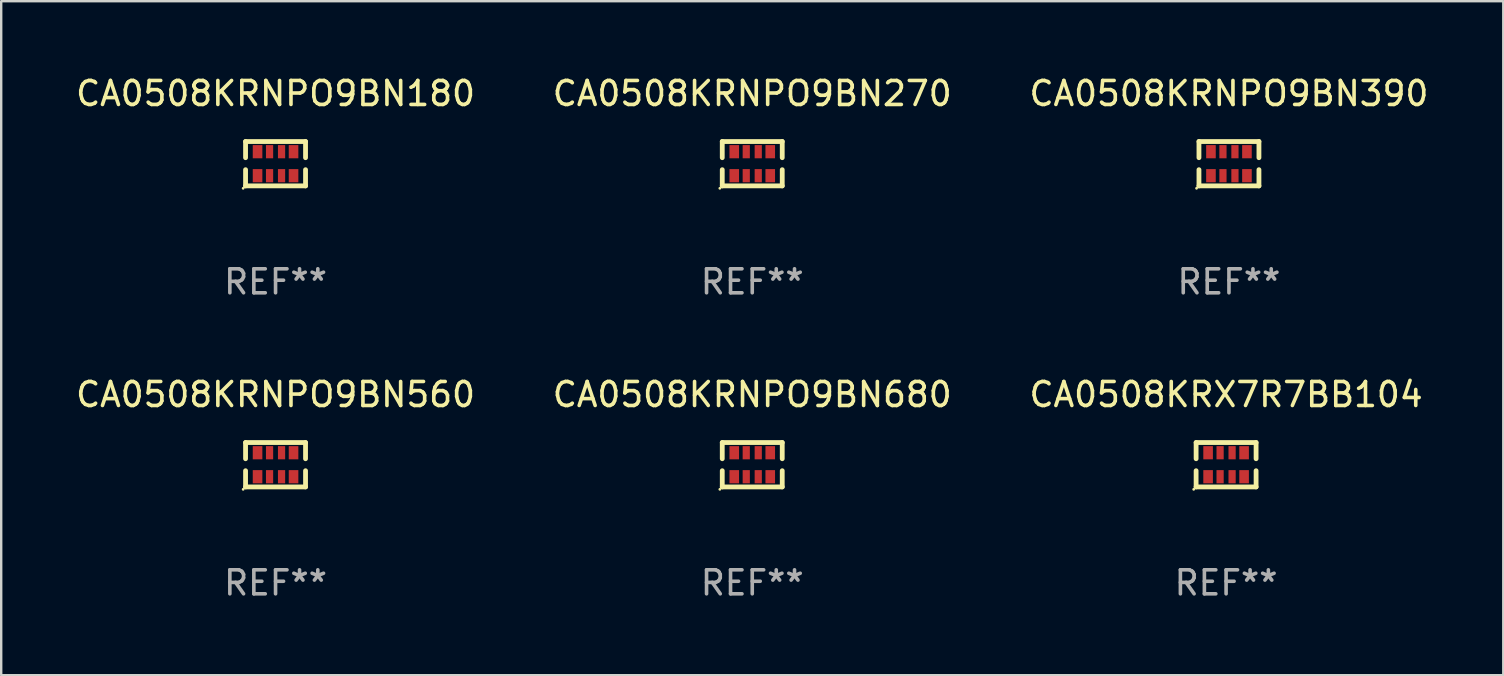
<source format=kicad_pcb>
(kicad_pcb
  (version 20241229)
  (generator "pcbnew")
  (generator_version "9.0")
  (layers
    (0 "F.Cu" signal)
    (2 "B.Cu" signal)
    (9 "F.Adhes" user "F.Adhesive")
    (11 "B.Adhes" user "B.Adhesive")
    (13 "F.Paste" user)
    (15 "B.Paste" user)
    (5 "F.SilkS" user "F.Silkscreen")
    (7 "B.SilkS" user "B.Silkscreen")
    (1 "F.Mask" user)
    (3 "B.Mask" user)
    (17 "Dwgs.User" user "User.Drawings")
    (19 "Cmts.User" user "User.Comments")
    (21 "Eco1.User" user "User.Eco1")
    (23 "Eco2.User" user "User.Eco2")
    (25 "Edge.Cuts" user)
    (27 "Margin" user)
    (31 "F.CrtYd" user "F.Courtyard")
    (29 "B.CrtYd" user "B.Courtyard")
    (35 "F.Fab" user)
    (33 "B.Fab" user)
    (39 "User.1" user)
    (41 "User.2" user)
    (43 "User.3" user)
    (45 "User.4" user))
  (footprint "CA0508KRNPO9BN180"
    (layer "F.Cu")
    (at 8.435 3.773)
    (property "Reference" "CA0508KRNPO9BN180" (at 0 -2.925 0) (layer "F.SilkS") (effects (font (size 1 1) (thickness 0.15))))
    (attr through_hole)
    (fp_line (start -1.25 -0.925) (end -1.25 -0.25) (stroke (width 0.2) (type solid)) (layer "F.SilkS"))
    (fp_line (start -1.25 0.925) (end -1.25 0.25) (stroke (width 0.2) (type solid)) (layer "F.SilkS"))
    (fp_line (start 1.25 -0.925) (end -1.25 -0.925) (stroke (width 0.2) (type solid)) (layer "F.SilkS"))
    (fp_line (start 1.25 -0.25) (end 1.25 -0.925) (stroke (width 0.2) (type solid)) (layer "F.SilkS"))
    (fp_line (start 1.25 0.25) (end 1.25 0.925) (stroke (width 0.2) (type solid)) (layer "F.SilkS"))
    (fp_line (start 1.25 0.925) (end -1.25 0.925) (stroke (width 0.2) (type solid)) (layer "F.SilkS"))
    (fp_circle (center -1.35 1.025) (end -1.32 1.025) (stroke (width 0.06) (type solid)) (fill no) (layer "F.SilkS"))
    (fp_text user "REF**" (at 0 4.925 0) (layer "F.Fab") (effects (font (size 1 1) (thickness 0.15))))
    (pad "1" smd rect (at -0.75 0.5 90) (size 0.55 0.4) (layers "F.Cu" "F.Mask" "F.Paste"))
    (pad "2" smd rect (at -0.25 0.5 90) (size 0.55 0.3) (layers "F.Cu" "F.Mask" "F.Paste"))
    (pad "3" smd rect (at 0.25 0.5 90) (size 0.55 0.3) (layers "F.Cu" "F.Mask" "F.Paste"))
    (pad "4" smd rect (at 0.75 0.5 90) (size 0.55 0.4) (layers "F.Cu" "F.Mask" "F.Paste"))
    (pad "5" smd rect (at 0.75 -0.5 90) (size 0.55 0.4) (layers "F.Cu" "F.Mask" "F.Paste"))
    (pad "6" smd rect (at 0.25 -0.5 90) (size 0.55 0.3) (layers "F.Cu" "F.Mask" "F.Paste"))
    (pad "7" smd rect (at -0.25 -0.5 90) (size 0.55 0.3) (layers "F.Cu" "F.Mask" "F.Paste"))
    (pad "8" smd rect (at -0.75 -0.5 90) (size 0.55 0.4) (layers "F.Cu" "F.Mask" "F.Paste")))
  (footprint "CA0508KRNPO9BN270"
    (layer "F.Cu")
    (at 28.304 3.773)
    (property "Reference" "CA0508KRNPO9BN270" (at 0 -2.925 0) (layer "F.SilkS") (effects (font (size 1 1) (thickness 0.15))))
    (attr through_hole)
    (fp_line (start -1.25 -0.925) (end -1.25 -0.25) (stroke (width 0.2) (type solid)) (layer "F.SilkS"))
    (fp_line (start -1.25 0.925) (end -1.25 0.25) (stroke (width 0.2) (type solid)) (layer "F.SilkS"))
    (fp_line (start 1.25 -0.925) (end -1.25 -0.925) (stroke (width 0.2) (type solid)) (layer "F.SilkS"))
    (fp_line (start 1.25 -0.25) (end 1.25 -0.925) (stroke (width 0.2) (type solid)) (layer "F.SilkS"))
    (fp_line (start 1.25 0.25) (end 1.25 0.925) (stroke (width 0.2) (type solid)) (layer "F.SilkS"))
    (fp_line (start 1.25 0.925) (end -1.25 0.925) (stroke (width 0.2) (type solid)) (layer "F.SilkS"))
    (fp_circle (center -1.35 1.025) (end -1.32 1.025) (stroke (width 0.06) (type solid)) (fill no) (layer "F.SilkS"))
    (fp_text user "REF**" (at 0 4.925 0) (layer "F.Fab") (effects (font (size 1 1) (thickness 0.15))))
    (pad "1" smd rect (at -0.75 0.5 90) (size 0.55 0.4) (layers "F.Cu" "F.Mask" "F.Paste"))
    (pad "2" smd rect (at -0.25 0.5 90) (size 0.55 0.3) (layers "F.Cu" "F.Mask" "F.Paste"))
    (pad "3" smd rect (at 0.25 0.5 90) (size 0.55 0.3) (layers "F.Cu" "F.Mask" "F.Paste"))
    (pad "4" smd rect (at 0.75 0.5 90) (size 0.55 0.4) (layers "F.Cu" "F.Mask" "F.Paste"))
    (pad "5" smd rect (at 0.75 -0.5 90) (size 0.55 0.4) (layers "F.Cu" "F.Mask" "F.Paste"))
    (pad "6" smd rect (at 0.25 -0.5 90) (size 0.55 0.3) (layers "F.Cu" "F.Mask" "F.Paste"))
    (pad "7" smd rect (at -0.25 -0.5 90) (size 0.55 0.3) (layers "F.Cu" "F.Mask" "F.Paste"))
    (pad "8" smd rect (at -0.75 -0.5 90) (size 0.55 0.4) (layers "F.Cu" "F.Mask" "F.Paste")))
  (footprint "CA0508KRNPO9BN560"
    (layer "F.Cu")
    (at 8.435 16.32)
    (property "Reference" "CA0508KRNPO9BN560" (at 0 -2.925 0) (layer "F.SilkS") (effects (font (size 1 1) (thickness 0.15))))
    (attr through_hole)
    (fp_line (start -1.25 -0.925) (end -1.25 -0.25) (stroke (width 0.2) (type solid)) (layer "F.SilkS"))
    (fp_line (start -1.25 0.925) (end -1.25 0.25) (stroke (width 0.2) (type solid)) (layer "F.SilkS"))
    (fp_line (start 1.25 -0.925) (end -1.25 -0.925) (stroke (width 0.2) (type solid)) (layer "F.SilkS"))
    (fp_line (start 1.25 -0.25) (end 1.25 -0.925) (stroke (width 0.2) (type solid)) (layer "F.SilkS"))
    (fp_line (start 1.25 0.25) (end 1.25 0.925) (stroke (width 0.2) (type solid)) (layer "F.SilkS"))
    (fp_line (start 1.25 0.925) (end -1.25 0.925) (stroke (width 0.2) (type solid)) (layer "F.SilkS"))
    (fp_circle (center -1.35 1.025) (end -1.32 1.025) (stroke (width 0.06) (type solid)) (fill no) (layer "F.SilkS"))
    (fp_text user "REF**" (at 0 4.925 0) (layer "F.Fab") (effects (font (size 1 1) (thickness 0.15))))
    (pad "1" smd rect (at -0.75 0.5 90) (size 0.55 0.4) (layers "F.Cu" "F.Mask" "F.Paste"))
    (pad "2" smd rect (at -0.25 0.5 90) (size 0.55 0.3) (layers "F.Cu" "F.Mask" "F.Paste"))
    (pad "3" smd rect (at 0.25 0.5 90) (size 0.55 0.3) (layers "F.Cu" "F.Mask" "F.Paste"))
    (pad "4" smd rect (at 0.75 0.5 90) (size 0.55 0.4) (layers "F.Cu" "F.Mask" "F.Paste"))
    (pad "5" smd rect (at 0.75 -0.5 90) (size 0.55 0.4) (layers "F.Cu" "F.Mask" "F.Paste"))
    (pad "6" smd rect (at 0.25 -0.5 90) (size 0.55 0.3) (layers "F.Cu" "F.Mask" "F.Paste"))
    (pad "7" smd rect (at -0.25 -0.5 90) (size 0.55 0.3) (layers "F.Cu" "F.Mask" "F.Paste"))
    (pad "8" smd rect (at -0.75 -0.5 90) (size 0.55 0.4) (layers "F.Cu" "F.Mask" "F.Paste")))
  (footprint "CA0508KRNPO9BN680"
    (layer "F.Cu")
    (at 28.304 16.32)
    (property "Reference" "CA0508KRNPO9BN680" (at 0 -2.925 0) (layer "F.SilkS") (effects (font (size 1 1) (thickness 0.15))))
    (attr through_hole)
    (fp_line (start -1.25 -0.925) (end -1.25 -0.25) (stroke (width 0.2) (type solid)) (layer "F.SilkS"))
    (fp_line (start -1.25 0.925) (end -1.25 0.25) (stroke (width 0.2) (type solid)) (layer "F.SilkS"))
    (fp_line (start 1.25 -0.925) (end -1.25 -0.925) (stroke (width 0.2) (type solid)) (layer "F.SilkS"))
    (fp_line (start 1.25 -0.25) (end 1.25 -0.925) (stroke (width 0.2) (type solid)) (layer "F.SilkS"))
    (fp_line (start 1.25 0.25) (end 1.25 0.925) (stroke (width 0.2) (type solid)) (layer "F.SilkS"))
    (fp_line (start 1.25 0.925) (end -1.25 0.925) (stroke (width 0.2) (type solid)) (layer "F.SilkS"))
    (fp_circle (center -1.35 1.025) (end -1.32 1.025) (stroke (width 0.06) (type solid)) (fill no) (layer "F.SilkS"))
    (fp_text user "REF**" (at 0 4.925 0) (layer "F.Fab") (effects (font (size 1 1) (thickness 0.15))))
    (pad "1" smd rect (at -0.75 0.5 90) (size 0.55 0.4) (layers "F.Cu" "F.Mask" "F.Paste"))
    (pad "2" smd rect (at -0.25 0.5 90) (size 0.55 0.3) (layers "F.Cu" "F.Mask" "F.Paste"))
    (pad "3" smd rect (at 0.25 0.5 90) (size 0.55 0.3) (layers "F.Cu" "F.Mask" "F.Paste"))
    (pad "4" smd rect (at 0.75 0.5 90) (size 0.55 0.4) (layers "F.Cu" "F.Mask" "F.Paste"))
    (pad "5" smd rect (at 0.75 -0.5 90) (size 0.55 0.4) (layers "F.Cu" "F.Mask" "F.Paste"))
    (pad "6" smd rect (at 0.25 -0.5 90) (size 0.55 0.3) (layers "F.Cu" "F.Mask" "F.Paste"))
    (pad "7" smd rect (at -0.25 -0.5 90) (size 0.55 0.3) (layers "F.Cu" "F.Mask" "F.Paste"))
    (pad "8" smd rect (at -0.75 -0.5 90) (size 0.55 0.4) (layers "F.Cu" "F.Mask" "F.Paste")))
  (footprint "CA0508KRNPO9BN390"
    (layer "F.Cu")
    (at 48.173 3.773)
    (property "Reference" "CA0508KRNPO9BN390" (at 0 -2.925 0) (layer "F.SilkS") (effects (font (size 1 1) (thickness 0.15))))
    (attr through_hole)
    (fp_line (start -1.25 -0.925) (end -1.25 -0.25) (stroke (width 0.2) (type solid)) (layer "F.SilkS"))
    (fp_line (start -1.25 0.925) (end -1.25 0.25) (stroke (width 0.2) (type solid)) (layer "F.SilkS"))
    (fp_line (start 1.25 -0.925) (end -1.25 -0.925) (stroke (width 0.2) (type solid)) (layer "F.SilkS"))
    (fp_line (start 1.25 -0.25) (end 1.25 -0.925) (stroke (width 0.2) (type solid)) (layer "F.SilkS"))
    (fp_line (start 1.25 0.25) (end 1.25 0.925) (stroke (width 0.2) (type solid)) (layer "F.SilkS"))
    (fp_line (start 1.25 0.925) (end -1.25 0.925) (stroke (width 0.2) (type solid)) (layer "F.SilkS"))
    (fp_circle (center -1.35 1.025) (end -1.32 1.025) (stroke (width 0.06) (type solid)) (fill no) (layer "F.SilkS"))
    (fp_text user "REF**" (at 0 4.925 0) (layer "F.Fab") (effects (font (size 1 1) (thickness 0.15))))
    (pad "1" smd rect (at -0.75 0.5 90) (size 0.55 0.4) (layers "F.Cu" "F.Mask" "F.Paste"))
    (pad "2" smd rect (at -0.25 0.5 90) (size 0.55 0.3) (layers "F.Cu" "F.Mask" "F.Paste"))
    (pad "3" smd rect (at 0.25 0.5 90) (size 0.55 0.3) (layers "F.Cu" "F.Mask" "F.Paste"))
    (pad "4" smd rect (at 0.75 0.5 90) (size 0.55 0.4) (layers "F.Cu" "F.Mask" "F.Paste"))
    (pad "5" smd rect (at 0.75 -0.5 90) (size 0.55 0.4) (layers "F.Cu" "F.Mask" "F.Paste"))
    (pad "6" smd rect (at 0.25 -0.5 90) (size 0.55 0.3) (layers "F.Cu" "F.Mask" "F.Paste"))
    (pad "7" smd rect (at -0.25 -0.5 90) (size 0.55 0.3) (layers "F.Cu" "F.Mask" "F.Paste"))
    (pad "8" smd rect (at -0.75 -0.5 90) (size 0.55 0.4) (layers "F.Cu" "F.Mask" "F.Paste")))
  (footprint "CA0508KRX7R7BB104"
    (layer "F.Cu")
    (at 48.054 16.32)
    (property "Reference" "CA0508KRX7R7BB104" (at 0 -2.925 0) (layer "F.SilkS") (effects (font (size 1 1) (thickness 0.15))))
    (attr through_hole)
    (fp_line (start -1.25 -0.925) (end -1.25 -0.25) (stroke (width 0.2) (type solid)) (layer "F.SilkS"))
    (fp_line (start -1.25 0.925) (end -1.25 0.25) (stroke (width 0.2) (type solid)) (layer "F.SilkS"))
    (fp_line (start 1.25 -0.925) (end -1.25 -0.925) (stroke (width 0.2) (type solid)) (layer "F.SilkS"))
    (fp_line (start 1.25 -0.25) (end 1.25 -0.925) (stroke (width 0.2) (type solid)) (layer "F.SilkS"))
    (fp_line (start 1.25 0.25) (end 1.25 0.925) (stroke (width 0.2) (type solid)) (layer "F.SilkS"))
    (fp_line (start 1.25 0.925) (end -1.25 0.925) (stroke (width 0.2) (type solid)) (layer "F.SilkS"))
    (fp_circle (center -1.35 1.025) (end -1.32 1.025) (stroke (width 0.06) (type solid)) (fill no) (layer "F.SilkS"))
    (fp_text user "REF**" (at 0 4.925 0) (layer "F.Fab") (effects (font (size 1 1) (thickness 0.15))))
    (pad "1" smd rect (at -0.75 0.5 90) (size 0.55 0.4) (layers "F.Cu" "F.Mask" "F.Paste"))
    (pad "2" smd rect (at -0.25 0.5 90) (size 0.55 0.3) (layers "F.Cu" "F.Mask" "F.Paste"))
    (pad "3" smd rect (at 0.25 0.5 90) (size 0.55 0.3) (layers "F.Cu" "F.Mask" "F.Paste"))
    (pad "4" smd rect (at 0.75 0.5 90) (size 0.55 0.4) (layers "F.Cu" "F.Mask" "F.Paste"))
    (pad "5" smd rect (at 0.75 -0.5 90) (size 0.55 0.4) (layers "F.Cu" "F.Mask" "F.Paste"))
    (pad "6" smd rect (at 0.25 -0.5 90) (size 0.55 0.3) (layers "F.Cu" "F.Mask" "F.Paste"))
    (pad "7" smd rect (at -0.25 -0.5 90) (size 0.55 0.3) (layers "F.Cu" "F.Mask" "F.Paste"))
    (pad "8" smd rect (at -0.75 -0.5 90) (size 0.55 0.4) (layers "F.Cu" "F.Mask" "F.Paste")))
  (gr_rect
    (start -3 -3)
    (end 59.607 25.093)
    (stroke (width 0.1) (type default))
    (fill no)
    (layer "Edge.Cuts")))
</source>
